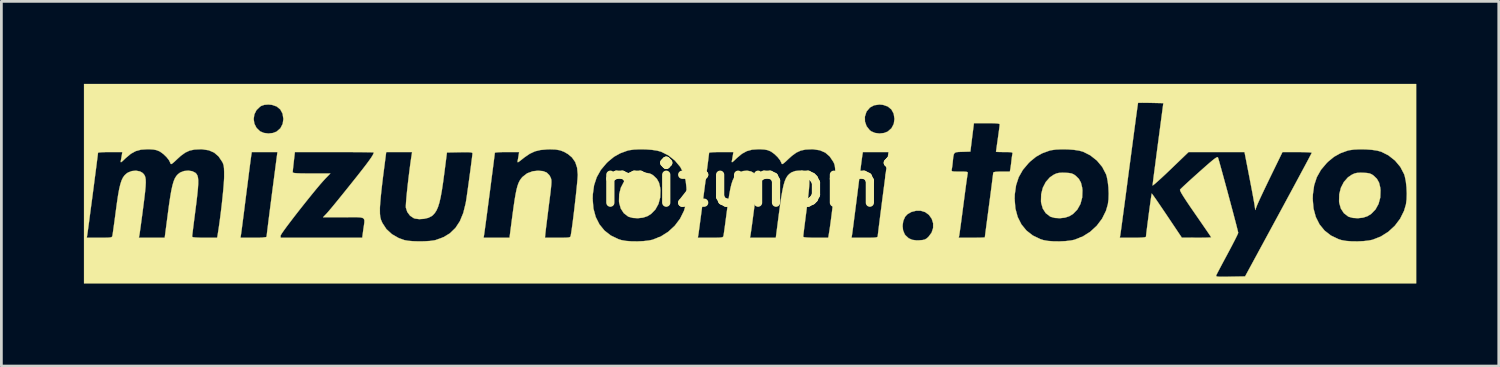
<source format=kicad_pcb>
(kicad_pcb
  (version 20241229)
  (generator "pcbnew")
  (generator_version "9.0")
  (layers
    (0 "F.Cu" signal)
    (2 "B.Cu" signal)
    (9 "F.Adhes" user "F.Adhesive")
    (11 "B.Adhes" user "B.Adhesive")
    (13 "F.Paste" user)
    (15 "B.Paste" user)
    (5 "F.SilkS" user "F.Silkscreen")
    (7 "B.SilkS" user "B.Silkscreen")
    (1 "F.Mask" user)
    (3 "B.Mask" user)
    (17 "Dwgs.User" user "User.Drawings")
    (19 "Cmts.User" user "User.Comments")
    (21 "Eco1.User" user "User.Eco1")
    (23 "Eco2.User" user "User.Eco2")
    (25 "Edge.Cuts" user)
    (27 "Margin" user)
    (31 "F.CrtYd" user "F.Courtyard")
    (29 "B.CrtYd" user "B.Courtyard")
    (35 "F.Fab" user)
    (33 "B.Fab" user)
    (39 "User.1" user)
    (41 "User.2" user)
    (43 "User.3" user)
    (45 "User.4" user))
  (footprint "mizunomi"
    (layer "F.Cu")
    (at 24.22 3.629)
    (property "Reference" "mizunomi" (at 0 0 0) (layer "F.SilkS") (effects (font (size 1.524 1.524) (thickness 0.3))))
    (attr through_hole)
    (fp_poly (pts (xy -3.892 -0.399) (xy -3.75 -0.39) (xy -3.653 -0.373) (xy -3.577 -0.34) (xy -3.511 -0.295) (xy -3.39 -0.178) (xy -3.312 -0.039) (xy -3.269 0.139) (xy -3.259 0.239) (xy -3.268 0.5) (xy -3.331 0.735) (xy -3.443 0.938) (xy -3.601 1.099) (xy -3.736 1.182) (xy -3.895 1.234) (xy -4.079 1.254) (xy -4.26 1.244) (xy -4.414 1.202) (xy -4.437 1.19) (xy -4.591 1.071) (xy -4.7 0.905) (xy -4.759 0.699) (xy -4.766 0.637) (xy -4.759 0.382) (xy -4.699 0.145) (xy -4.592 -0.063) (xy -4.443 -0.232) (xy -4.301 -0.328) (xy -4.205 -0.372) (xy -4.112 -0.394) (xy -3.993 -0.401) (xy -3.892 -0.399)) (stroke (width 0.01) (type solid)) (fill yes) (layer "F.SilkS"))
    (fp_poly (pts (xy 11.45 -0.399) (xy 11.591 -0.39) (xy 11.689 -0.373) (xy 11.765 -0.34) (xy 11.831 -0.295) (xy 11.951 -0.178) (xy 12.029 -0.039) (xy 12.072 0.139) (xy 12.083 0.239) (xy 12.074 0.5) (xy 12.011 0.735) (xy 11.898 0.938) (xy 11.741 1.099) (xy 11.605 1.182) (xy 11.447 1.234) (xy 11.263 1.254) (xy 11.081 1.244) (xy 10.928 1.202) (xy 10.905 1.19) (xy 10.75 1.071) (xy 10.642 0.905) (xy 10.583 0.699) (xy 10.576 0.637) (xy 10.583 0.382) (xy 10.643 0.145) (xy 10.75 -0.063) (xy 10.899 -0.232) (xy 11.041 -0.328) (xy 11.136 -0.372) (xy 11.23 -0.394) (xy 11.348 -0.401) (xy 11.45 -0.399)) (stroke (width 0.01) (type solid)) (fill yes) (layer "F.SilkS"))
    (fp_poly (pts (xy 22.287 -0.399) (xy 22.429 -0.39) (xy 22.526 -0.373) (xy 22.602 -0.34) (xy 22.668 -0.295) (xy 22.789 -0.178) (xy 22.867 -0.039) (xy 22.91 0.139) (xy 22.92 0.239) (xy 22.911 0.5) (xy 22.848 0.735) (xy 22.736 0.938) (xy 22.578 1.099) (xy 22.443 1.182) (xy 22.284 1.234) (xy 22.1 1.254) (xy 21.919 1.244) (xy 21.765 1.202) (xy 21.742 1.19) (xy 21.588 1.071) (xy 21.479 0.905) (xy 21.42 0.699) (xy 21.413 0.637) (xy 21.42 0.382) (xy 21.48 0.145) (xy 21.587 -0.063) (xy 21.736 -0.232) (xy 21.878 -0.328) (xy 21.973 -0.372) (xy 22.067 -0.394) (xy 22.186 -0.401) (xy 22.287 -0.399)) (stroke (width 0.01) (type solid)) (fill yes) (layer "F.SilkS"))
    (fp_poly (pts (xy 24.215 3.624) (xy -24.215 3.624) (xy -24.215 1.964) (xy -24.116 1.964) (xy -23.658 1.964) (xy -23.474 1.964) (xy -23.347 1.961) (xy -23.266 1.955) (xy -23.219 1.943) (xy -23.195 1.924) (xy -23.185 1.896) (xy -23.183 1.888) (xy -23.174 1.834) (xy -23.158 1.723) (xy -23.136 1.565) (xy -23.109 1.372) (xy -23.08 1.154) (xy -23.062 1.016) (xy -23.017 0.683) (xy -22.976 0.409) (xy -22.936 0.189) (xy -22.894 0.015) (xy -22.85 -0.12) (xy -22.8 -0.224) (xy -22.742 -0.304) (xy -22.674 -0.367) (xy -22.615 -0.407) (xy -22.478 -0.46) (xy -22.326 -0.474) (xy -22.185 -0.448) (xy -22.103 -0.405) (xy -22.053 -0.36) (xy -22.015 -0.309) (xy -21.989 -0.245) (xy -21.974 -0.159) (xy -21.97 -0.044) (xy -21.978 0.107) (xy -21.996 0.302) (xy -22.025 0.549) (xy -22.064 0.854) (xy -22.096 1.102) (xy -22.127 1.331) (xy -22.154 1.532) (xy -22.177 1.695) (xy -22.193 1.812) (xy -22.203 1.871) (xy -22.203 1.871) (xy -22.222 1.964) (xy -21.282 1.964) (xy -21.171 1.117) (xy -21.125 0.77) (xy -21.082 0.483) (xy -21.042 0.25) (xy -21.001 0.064) (xy -20.959 -0.082) (xy -20.913 -0.194) (xy -20.86 -0.28) (xy -20.8 -0.346) (xy -20.729 -0.4) (xy -20.713 -0.41) (xy -20.58 -0.461) (xy -20.428 -0.476) (xy -20.282 -0.455) (xy -20.168 -0.398) (xy -20.165 -0.396) (xy -20.124 -0.353) (xy -20.093 -0.298) (xy -20.073 -0.224) (xy -20.063 -0.125) (xy -20.064 0.007) (xy -20.075 0.178) (xy -20.097 0.396) (xy -20.128 0.669) (xy -20.165 0.955) (xy -20.196 1.2) (xy -20.225 1.424) (xy -20.249 1.617) (xy -20.268 1.772) (xy -20.281 1.878) (xy -20.286 1.927) (xy -20.286 1.928) (xy -20.253 1.945) (xy -20.153 1.956) (xy -19.988 1.963) (xy -19.83 1.964) (xy -19.375 1.964) (xy -18.528 1.964) (xy -18.052 1.964) (xy -17.864 1.964) (xy -17.732 1.961) (xy -17.648 1.954) (xy -17.6 1.943) (xy -17.58 1.925) (xy -17.576 1.905) (xy -17.574 1.887) (xy -17.069 1.887) (xy -17.069 1.964) (xy -14.101 1.964) (xy -14.061 1.664) (xy -14.039 1.52) (xy -14.024 1.41) (xy -14.022 1.331) (xy -14.041 1.277) (xy -14.088 1.243) (xy -14.17 1.225) (xy -14.297 1.218) (xy -14.474 1.218) (xy -14.709 1.219) (xy -14.773 1.219) (xy -15.525 1.219) (xy -15.387 1.075) (xy -15.334 1.015) (xy -15.264 0.932) (xy -13.459 0.932) (xy -13.457 1.091) (xy -13.446 1.206) (xy -13.422 1.302) (xy -13.38 1.402) (xy -13.367 1.429) (xy -13.222 1.65) (xy -13.023 1.833) (xy -12.777 1.975) (xy -12.565 2.051) (xy -12.431 2.075) (xy -12.252 2.09) (xy -12.046 2.096) (xy -11.836 2.093) (xy -11.64 2.081) (xy -11.481 2.059) (xy -11.436 2.049) (xy -11.198 1.964) (xy -9.689 1.964) (xy -8.746 1.964) (xy -8.688 1.516) (xy -8.64 1.149) (xy -8.598 0.843) (xy -8.561 0.59) (xy -8.526 0.385) (xy -8.493 0.221) (xy -8.459 0.09) (xy -8.423 -0.014) (xy -8.384 -0.097) (xy -8.34 -0.166) (xy -8.29 -0.229) (xy -8.27 -0.25) (xy -8.105 -0.378) (xy -7.901 -0.453) (xy -7.711 -0.473) (xy -7.528 -0.458) (xy -7.394 -0.405) (xy -7.298 -0.31) (xy -7.263 -0.247) (xy -7.244 -0.207) (xy -7.231 -0.167) (xy -7.224 -0.118) (xy -7.223 -0.052) (xy -7.228 0.039) (xy -7.24 0.165) (xy -7.259 0.334) (xy -7.287 0.554) (xy -7.316 0.779) (xy -7.347 1.026) (xy -7.376 1.258) (xy -7.402 1.465) (xy -7.423 1.635) (xy -7.437 1.758) (xy -7.444 1.82) (xy -7.457 1.964) (xy -6.998 1.964) (xy -6.813 1.964) (xy -6.686 1.961) (xy -6.604 1.955) (xy -6.557 1.943) (xy -6.534 1.924) (xy -6.523 1.896) (xy -6.521 1.888) (xy -6.504 1.788) (xy -6.481 1.634) (xy -6.454 1.438) (xy -6.425 1.21) (xy -6.395 0.964) (xy -6.366 0.709) (xy -6.349 0.563) (xy -5.723 0.563) (xy -5.695 0.904) (xy -5.612 1.21) (xy -5.477 1.478) (xy -5.293 1.704) (xy -5.061 1.884) (xy -4.784 2.016) (xy -4.674 2.051) (xy -4.519 2.079) (xy -4.32 2.094) (xy -4.099 2.097) (xy -3.878 2.087) (xy -3.679 2.064) (xy -3.548 2.037) (xy -3.362 1.964) (xy -1.9 1.964) (xy -1.442 1.964) (xy -1.258 1.964) (xy -1.13 1.961) (xy -1.049 1.955) (xy -1.002 1.943) (xy -0.979 1.924) (xy -0.968 1.896) (xy -0.966 1.888) (xy -0.957 1.834) (xy -0.941 1.723) (xy -0.919 1.565) (xy -0.893 1.372) (xy -0.864 1.154) (xy -0.846 1.016) (xy -0.801 0.683) (xy -0.759 0.409) (xy -0.719 0.189) (xy -0.678 0.015) (xy -0.633 -0.12) (xy -0.583 -0.224) (xy -0.525 -0.304) (xy -0.457 -0.367) (xy -0.398 -0.407) (xy -0.262 -0.46) (xy -0.11 -0.474) (xy 0.032 -0.448) (xy 0.113 -0.405) (xy 0.163 -0.36) (xy 0.201 -0.309) (xy 0.228 -0.245) (xy 0.243 -0.159) (xy 0.246 -0.044) (xy 0.239 0.107) (xy 0.22 0.302) (xy 0.192 0.549) (xy 0.153 0.854) (xy 0.12 1.102) (xy 0.09 1.331) (xy 0.063 1.532) (xy 0.04 1.695) (xy 0.023 1.812) (xy 0.014 1.871) (xy 0.014 1.871) (xy -0.005 1.964) (xy 0.935 1.964) (xy 1.045 1.117) (xy 1.092 0.77) (xy 1.134 0.483) (xy 1.175 0.25) (xy 1.215 0.064) (xy 1.257 -0.082) (xy 1.304 -0.194) (xy 1.356 -0.28) (xy 1.417 -0.346) (xy 1.488 -0.4) (xy 1.504 -0.41) (xy 1.637 -0.461) (xy 1.789 -0.476) (xy 1.935 -0.455) (xy 2.049 -0.398) (xy 2.051 -0.396) (xy 2.093 -0.353) (xy 2.123 -0.298) (xy 2.143 -0.224) (xy 2.153 -0.125) (xy 2.153 0.007) (xy 2.142 0.178) (xy 2.12 0.396) (xy 2.088 0.669) (xy 2.052 0.955) (xy 2.02 1.2) (xy 1.992 1.424) (xy 1.967 1.617) (xy 1.948 1.772) (xy 1.936 1.878) (xy 1.93 1.927) (xy 1.93 1.928) (xy 1.964 1.945) (xy 2.064 1.956) (xy 2.228 1.963) (xy 2.386 1.964) (xy 2.842 1.964) (xy 3.688 1.964) (xy 4.164 1.964) (xy 4.353 1.964) (xy 4.484 1.961) (xy 4.569 1.954) (xy 4.616 1.943) (xy 4.637 1.925) (xy 4.641 1.905) (xy 4.645 1.86) (xy 4.658 1.755) (xy 4.677 1.597) (xy 4.686 1.526) (xy 5.544 1.526) (xy 5.562 1.695) (xy 5.622 1.839) (xy 5.65 1.876) (xy 5.765 1.982) (xy 5.894 2.04) (xy 6.055 2.06) (xy 6.138 2.058) (xy 6.266 2.048) (xy 6.351 2.029) (xy 6.418 1.991) (xy 6.485 1.931) (xy 6.598 1.78) (xy 6.654 1.611) (xy 6.655 1.437) (xy 6.603 1.273) (xy 6.5 1.13) (xy 6.365 1.032) (xy 6.207 0.983) (xy 6.035 0.983) (xy 5.866 1.026) (xy 5.722 1.108) (xy 5.637 1.2) (xy 5.569 1.354) (xy 5.544 1.526) (xy 4.686 1.526) (xy 4.703 1.393) (xy 4.733 1.15) (xy 4.769 0.875) (xy 4.807 0.576) (xy 4.837 0.347) (xy 4.944 -0.471) (xy 7.326 -0.471) (xy 7.348 -0.454) (xy 7.406 -0.444) (xy 7.512 -0.441) (xy 7.618 -0.44) (xy 7.763 -0.44) (xy 7.853 -0.435) (xy 7.899 -0.424) (xy 7.914 -0.403) (xy 7.91 -0.369) (xy 7.909 -0.364) (xy 7.9 -0.312) (xy 7.885 -0.202) (xy 7.862 -0.043) (xy 7.835 0.157) (xy 7.804 0.389) (xy 7.771 0.644) (xy 7.755 0.762) (xy 7.721 1.024) (xy 7.689 1.267) (xy 7.66 1.483) (xy 7.635 1.661) (xy 7.617 1.794) (xy 7.605 1.873) (xy 7.602 1.888) (xy 7.585 1.964) (xy 8.06 1.964) (xy 8.23 1.963) (xy 8.374 1.961) (xy 8.478 1.957) (xy 8.53 1.952) (xy 8.534 1.951) (xy 8.539 1.915) (xy 8.551 1.82) (xy 8.57 1.674) (xy 8.595 1.484) (xy 8.625 1.258) (xy 8.659 1.004) (xy 8.687 0.791) (xy 8.717 0.563) (xy 9.618 0.563) (xy 9.646 0.904) (xy 9.729 1.21) (xy 9.864 1.478) (xy 10.049 1.704) (xy 10.281 1.884) (xy 10.558 2.016) (xy 10.668 2.051) (xy 10.823 2.079) (xy 11.021 2.094) (xy 11.242 2.097) (xy 11.463 2.087) (xy 11.663 2.064) (xy 11.794 2.037) (xy 11.98 1.964) (xy 13.44 1.964) (xy 13.917 1.964) (xy 14.117 1.963) (xy 14.257 1.957) (xy 14.345 1.948) (xy 14.387 1.934) (xy 14.394 1.922) (xy 14.398 1.871) (xy 14.41 1.768) (xy 14.428 1.624) (xy 14.45 1.45) (xy 14.475 1.258) (xy 14.501 1.059) (xy 14.527 0.865) (xy 14.552 0.687) (xy 14.573 0.536) (xy 14.59 0.425) (xy 14.6 0.364) (xy 14.602 0.357) (xy 14.623 0.381) (xy 14.677 0.455) (xy 14.759 0.571) (xy 14.863 0.723) (xy 14.986 0.904) (xy 15.123 1.106) (xy 15.155 1.154) (xy 15.697 1.962) (xy 16.231 1.963) (xy 16.412 1.963) (xy 16.567 1.961) (xy 16.684 1.957) (xy 16.752 1.953) (xy 16.764 1.95) (xy 16.745 1.919) (xy 16.693 1.84) (xy 16.611 1.719) (xy 16.504 1.564) (xy 16.378 1.381) (xy 16.237 1.177) (xy 16.183 1.099) (xy 16.004 0.84) (xy 15.864 0.632) (xy 15.759 0.471) (xy 15.686 0.352) (xy 15.644 0.271) (xy 15.63 0.225) (xy 15.632 0.214) (xy 15.665 0.179) (xy 15.742 0.105) (xy 15.855 0.000297) (xy 15.997 -0.13) (xy 16.162 -0.279) (xy 16.324 -0.424) (xy 16.529 -0.606) (xy 16.689 -0.746) (xy 16.81 -0.848) (xy 16.898 -0.916) (xy 16.956 -0.954) (xy 16.992 -0.966) (xy 17.009 -0.957) (xy 17.009 -0.956) (xy 17.025 -0.907) (xy 17.056 -0.802) (xy 17.098 -0.651) (xy 17.151 -0.46) (xy 17.212 -0.238) (xy 17.278 0.005) (xy 17.348 0.261) (xy 17.418 0.523) (xy 17.487 0.781) (xy 17.553 1.027) (xy 17.612 1.252) (xy 17.664 1.449) (xy 17.704 1.607) (xy 17.732 1.72) (xy 17.745 1.778) (xy 17.746 1.784) (xy 17.731 1.826) (xy 17.687 1.919) (xy 17.62 2.054) (xy 17.533 2.222) (xy 17.432 2.414) (xy 17.359 2.551) (xy 17.249 2.755) (xy 17.15 2.941) (xy 17.065 3.101) (xy 17 3.225) (xy 16.959 3.305) (xy 16.948 3.328) (xy 16.944 3.351) (xy 16.957 3.367) (xy 16.996 3.377) (xy 17.071 3.382) (xy 17.191 3.383) (xy 17.366 3.381) (xy 17.461 3.379) (xy 17.996 3.37) (xy 19.208 1.135) (xy 19.403 0.775) (xy 19.517 0.563) (xy 20.455 0.563) (xy 20.484 0.904) (xy 20.567 1.21) (xy 20.702 1.478) (xy 20.886 1.704) (xy 21.118 1.884) (xy 21.395 2.016) (xy 21.505 2.051) (xy 21.66 2.079) (xy 21.859 2.094) (xy 22.08 2.097) (xy 22.301 2.087) (xy 22.5 2.064) (xy 22.631 2.037) (xy 22.93 1.92) (xy 23.202 1.748) (xy 23.439 1.53) (xy 23.633 1.273) (xy 23.775 0.987) (xy 23.845 0.75) (xy 23.868 0.57) (xy 23.874 0.355) (xy 23.864 0.129) (xy 23.84 -0.088) (xy 23.802 -0.271) (xy 23.778 -0.347) (xy 23.639 -0.613) (xy 23.446 -0.843) (xy 23.206 -1.032) (xy 22.948 -1.162) (xy 22.8 -1.203) (xy 22.606 -1.232) (xy 22.386 -1.248) (xy 22.161 -1.251) (xy 21.95 -1.241) (xy 21.774 -1.216) (xy 21.723 -1.203) (xy 21.459 -1.107) (xy 21.232 -0.98) (xy 21.019 -0.806) (xy 20.961 -0.749) (xy 20.754 -0.504) (xy 20.604 -0.238) (xy 20.507 0.056) (xy 20.461 0.387) (xy 20.455 0.563) (xy 19.517 0.563) (xy 19.588 0.432) (xy 19.761 0.112) (xy 19.919 -0.182) (xy 20.06 -0.445) (xy 20.182 -0.671) (xy 20.281 -0.857) (xy 20.355 -0.998) (xy 20.403 -1.089) (xy 20.42 -1.126) (xy 20.421 -1.126) (xy 20.389 -1.135) (xy 20.301 -1.142) (xy 20.168 -1.147) (xy 20.002 -1.15) (xy 19.888 -1.151) (xy 19.355 -1.15) (xy 18.922 -0.262) (xy 18.808 -0.026) (xy 18.701 0.197) (xy 18.605 0.4) (xy 18.525 0.571) (xy 18.466 0.703) (xy 18.431 0.784) (xy 18.428 0.791) (xy 18.366 0.956) (xy 18.344 0.791) (xy 18.331 0.714) (xy 18.307 0.58) (xy 18.275 0.403) (xy 18.235 0.191) (xy 18.19 -0.044) (xy 18.148 -0.262) (xy 17.975 -1.151) (xy 15.942 -1.151) (xy 15.286 -0.521) (xy 15.114 -0.357) (xy 14.958 -0.212) (xy 14.826 -0.092) (xy 14.724 -0.002) (xy 14.657 0.051) (xy 14.632 0.064) (xy 14.632 0.063) (xy 14.637 0.021) (xy 14.65 -0.082) (xy 14.669 -0.237) (xy 14.695 -0.438) (xy 14.727 -0.679) (xy 14.762 -0.95) (xy 14.801 -1.247) (xy 14.829 -1.456) (xy 15.024 -2.929) (xy 14.568 -2.939) (xy 14.401 -2.942) (xy 14.26 -2.943) (xy 14.158 -2.942) (xy 14.108 -2.94) (xy 14.105 -2.939) (xy 14.099 -2.905) (xy 14.085 -2.809) (xy 14.064 -2.656) (xy 14.036 -2.453) (xy 14.003 -2.204) (xy 13.964 -1.915) (xy 13.921 -1.591) (xy 13.874 -1.238) (xy 13.824 -0.86) (xy 13.786 -0.576) (xy 13.734 -0.182) (xy 13.685 0.194) (xy 13.638 0.546) (xy 13.595 0.869) (xy 13.556 1.157) (xy 13.523 1.404) (xy 13.496 1.605) (xy 13.475 1.754) (xy 13.462 1.845) (xy 13.458 1.871) (xy 13.44 1.964) (xy 11.98 1.964) (xy 12.092 1.92) (xy 12.365 1.748) (xy 12.602 1.53) (xy 12.796 1.273) (xy 12.938 0.987) (xy 13.007 0.75) (xy 13.031 0.57) (xy 13.037 0.355) (xy 13.027 0.129) (xy 13.002 -0.088) (xy 12.965 -0.271) (xy 12.94 -0.347) (xy 12.801 -0.613) (xy 12.608 -0.843) (xy 12.368 -1.032) (xy 12.111 -1.162) (xy 11.963 -1.203) (xy 11.769 -1.232) (xy 11.549 -1.248) (xy 11.323 -1.251) (xy 11.112 -1.241) (xy 10.936 -1.216) (xy 10.886 -1.203) (xy 10.621 -1.107) (xy 10.395 -0.98) (xy 10.182 -0.806) (xy 10.124 -0.749) (xy 9.917 -0.504) (xy 9.766 -0.238) (xy 9.67 0.056) (xy 9.623 0.387) (xy 9.618 0.563) (xy 8.717 0.563) (xy 8.723 0.519) (xy 8.756 0.267) (xy 8.785 0.044) (xy 8.808 -0.142) (xy 8.826 -0.283) (xy 8.837 -0.371) (xy 8.839 -0.398) (xy 8.861 -0.42) (xy 8.932 -0.433) (xy 9.059 -0.44) (xy 9.141 -0.44) (xy 9.443 -0.44) (xy 9.462 -0.533) (xy 9.475 -0.619) (xy 9.491 -0.74) (xy 9.501 -0.83) (xy 9.515 -0.949) (xy 9.53 -1.048) (xy 9.539 -1.092) (xy 9.54 -1.12) (xy 9.517 -1.138) (xy 9.459 -1.147) (xy 9.353 -1.151) (xy 9.248 -1.151) (xy 9.113 -1.152) (xy 9.008 -1.155) (xy 8.949 -1.159) (xy 8.941 -1.161) (xy 8.945 -1.196) (xy 8.958 -1.286) (xy 8.976 -1.418) (xy 8.999 -1.581) (xy 9.008 -1.644) (xy 9.032 -1.817) (xy 9.053 -1.969) (xy 9.068 -2.084) (xy 9.075 -2.15) (xy 9.076 -2.159) (xy 9.058 -2.177) (xy 9 -2.189) (xy 8.893 -2.197) (xy 8.731 -2.201) (xy 8.607 -2.201) (xy 8.138 -2.201) (xy 8.073 -1.685) (xy 8.009 -1.168) (xy 7.715 -1.159) (xy 7.582 -1.155) (xy 7.493 -1.145) (xy 7.437 -1.119) (xy 7.405 -1.063) (xy 7.386 -0.968) (xy 7.371 -0.821) (xy 7.365 -0.762) (xy 7.351 -0.642) (xy 7.336 -0.544) (xy 7.327 -0.5) (xy 7.326 -0.471) (xy 4.944 -0.471) (xy 5.032 -1.151) (xy 4.101 -1.151) (xy 4.082 -1.041) (xy 4.074 -0.984) (xy 4.058 -0.868) (xy 4.036 -0.7) (xy 4.009 -0.488) (xy 3.977 -0.242) (xy 3.942 0.033) (xy 3.905 0.327) (xy 3.895 0.406) (xy 3.857 0.704) (xy 3.821 0.984) (xy 3.788 1.239) (xy 3.76 1.461) (xy 3.736 1.641) (xy 3.719 1.772) (xy 3.708 1.845) (xy 3.707 1.854) (xy 3.688 1.964) (xy 2.842 1.964) (xy 2.86 1.854) (xy 2.898 1.616) (xy 2.935 1.347) (xy 2.972 1.061) (xy 3.007 0.77) (xy 3.038 0.488) (xy 3.064 0.227) (xy 3.083 -0.000306) (xy 3.094 -0.18) (xy 3.096 -0.254) (xy 3.096 -0.434) (xy 3.091 -0.562) (xy 3.079 -0.655) (xy 3.059 -0.726) (xy 3.027 -0.794) (xy 3.026 -0.796) (xy 2.894 -0.992) (xy 2.734 -1.13) (xy 2.539 -1.215) (xy 2.303 -1.251) (xy 2.233 -1.252) (xy 2.018 -1.242) (xy 1.842 -1.205) (xy 1.683 -1.132) (xy 1.523 -1.016) (xy 1.404 -0.909) (xy 1.293 -0.804) (xy 1.22 -0.742) (xy 1.177 -0.715) (xy 1.154 -0.72) (xy 1.141 -0.749) (xy 1.14 -0.754) (xy 1.091 -0.853) (xy 1.002 -0.967) (xy 0.889 -1.076) (xy 0.771 -1.162) (xy 0.734 -1.182) (xy 0.633 -1.222) (xy 0.516 -1.244) (xy 0.363 -1.253) (xy 0.301 -1.253) (xy 0.073 -1.238) (xy -0.12 -1.185) (xy -0.297 -1.088) (xy -0.477 -0.938) (xy -0.506 -0.91) (xy -0.595 -0.825) (xy -0.646 -0.785) (xy -0.666 -0.787) (xy -0.664 -0.818) (xy -0.647 -0.906) (xy -0.629 -1.014) (xy -0.627 -1.024) (xy -0.607 -1.151) (xy -1.048 -1.151) (xy -1.212 -1.15) (xy -1.349 -1.145) (xy -1.445 -1.137) (xy -1.489 -1.128) (xy -1.49 -1.126) (xy -1.494 -1.087) (xy -1.507 -0.988) (xy -1.525 -0.84) (xy -1.55 -0.649) (xy -1.579 -0.425) (xy -1.611 -0.175) (xy -1.646 0.091) (xy -1.682 0.366) (xy -1.718 0.64) (xy -1.753 0.906) (xy -1.786 1.156) (xy -1.816 1.38) (xy -1.841 1.571) (xy -1.862 1.72) (xy -1.875 1.818) (xy -1.881 1.854) (xy -1.9 1.964) (xy -3.362 1.964) (xy -3.249 1.92) (xy -2.977 1.748) (xy -2.74 1.53) (xy -2.546 1.273) (xy -2.404 0.987) (xy -2.334 0.75) (xy -2.311 0.57) (xy -2.305 0.355) (xy -2.315 0.129) (xy -2.339 -0.088) (xy -2.377 -0.271) (xy -2.401 -0.347) (xy -2.54 -0.613) (xy -2.733 -0.843) (xy -2.973 -1.032) (xy -3.231 -1.162) (xy -3.379 -1.203) (xy -3.573 -1.232) (xy -3.793 -1.248) (xy -4.018 -1.251) (xy -4.229 -1.241) (xy -4.405 -1.216) (xy -4.456 -1.203) (xy -4.72 -1.107) (xy -4.947 -0.98) (xy -5.159 -0.806) (xy -5.218 -0.749) (xy -5.425 -0.504) (xy -5.575 -0.238) (xy -5.672 0.056) (xy -5.718 0.387) (xy -5.723 0.563) (xy -6.349 0.563) (xy -6.337 0.458) (xy -6.312 0.221) (xy -6.291 0.011) (xy -6.275 -0.161) (xy -6.267 -0.284) (xy -6.265 -0.328) (xy -6.288 -0.58) (xy -6.357 -0.788) (xy -6.476 -0.957) (xy -6.617 -1.075) (xy -6.761 -1.159) (xy -6.905 -1.214) (xy -7.069 -1.243) (xy -7.271 -1.25) (xy -7.381 -1.247) (xy -7.619 -1.226) (xy -7.821 -1.177) (xy -8.009 -1.09) (xy -8.204 -0.957) (xy -8.273 -0.902) (xy -8.372 -0.824) (xy -8.429 -0.785) (xy -8.453 -0.784) (xy -8.454 -0.814) (xy -8.453 -0.82) (xy -8.436 -0.907) (xy -8.418 -1.014) (xy -8.416 -1.024) (xy -8.396 -1.151) (xy -8.838 -1.151) (xy -9.002 -1.15) (xy -9.138 -1.145) (xy -9.235 -1.137) (xy -9.278 -1.128) (xy -9.279 -1.126) (xy -9.284 -1.087) (xy -9.296 -0.988) (xy -9.315 -0.84) (xy -9.339 -0.649) (xy -9.368 -0.425) (xy -9.401 -0.175) (xy -9.435 0.091) (xy -9.471 0.366) (xy -9.507 0.64) (xy -9.542 0.906) (xy -9.575 1.156) (xy -9.605 1.38) (xy -9.631 1.571) (xy -9.651 1.72) (xy -9.665 1.818) (xy -9.67 1.854) (xy -9.689 1.964) (xy -11.198 1.964) (xy -11.151 1.948) (xy -10.911 1.801) (xy -10.711 1.607) (xy -10.551 1.363) (xy -10.428 1.065) (xy -10.34 0.711) (xy -10.331 0.66) (xy -10.316 0.569) (xy -10.296 0.43) (xy -10.271 0.254) (xy -10.243 0.054) (xy -10.213 -0.161) (xy -10.184 -0.377) (xy -10.156 -0.585) (xy -10.132 -0.773) (xy -10.112 -0.929) (xy -10.098 -1.043) (xy -10.092 -1.103) (xy -10.092 -1.107) (xy -10.105 -1.126) (xy -10.148 -1.138) (xy -10.232 -1.145) (xy -10.366 -1.147) (xy -10.557 -1.144) (xy -11.021 -1.135) (xy -11.114 -0.406) (xy -11.162 -0.048) (xy -11.207 0.25) (xy -11.251 0.494) (xy -11.297 0.691) (xy -11.346 0.847) (xy -11.4 0.97) (xy -11.462 1.066) (xy -11.532 1.143) (xy -11.574 1.177) (xy -11.698 1.24) (xy -11.859 1.277) (xy -12.029 1.288) (xy -12.182 1.268) (xy -12.227 1.253) (xy -12.363 1.162) (xy -12.464 1.026) (xy -12.514 0.872) (xy -12.515 0.803) (xy -12.508 0.677) (xy -12.494 0.505) (xy -12.474 0.296) (xy -12.449 0.063) (xy -12.42 -0.186) (xy -12.389 -0.439) (xy -12.357 -0.686) (xy -12.324 -0.918) (xy -12.307 -1.024) (xy -12.288 -1.151) (xy -13.229 -1.151) (xy -13.344 -0.262) (xy -13.375 -0.005) (xy -13.404 0.248) (xy -13.428 0.483) (xy -13.446 0.688) (xy -13.457 0.849) (xy -13.459 0.932) (xy -15.264 0.932) (xy -15.244 0.909) (xy -15.124 0.764) (xy -14.98 0.588) (xy -14.818 0.388) (xy -14.643 0.171) (xy -14.499 -0.009) (xy -14.28 -0.283) (xy -14.102 -0.51) (xy -13.96 -0.694) (xy -13.852 -0.84) (xy -13.773 -0.952) (xy -13.721 -1.036) (xy -13.692 -1.095) (xy -13.682 -1.135) (xy -13.682 -1.137) (xy -13.715 -1.14) (xy -13.808 -1.143) (xy -13.956 -1.145) (xy -14.15 -1.148) (xy -14.384 -1.149) (xy -14.65 -1.151) (xy -14.943 -1.151) (xy -15.115 -1.151) (xy -16.549 -1.151) (xy -16.589 -0.804) (xy -16.606 -0.655) (xy -16.619 -0.529) (xy -16.627 -0.443) (xy -16.629 -0.415) (xy -16.613 -0.4) (xy -16.561 -0.388) (xy -16.465 -0.38) (xy -16.32 -0.375) (xy -16.119 -0.373) (xy -15.944 -0.373) (xy -15.259 -0.373) (xy -15.433 -0.195) (xy -15.52 -0.1) (xy -15.635 0.031) (xy -15.77 0.192) (xy -15.921 0.376) (xy -16.082 0.575) (xy -16.248 0.783) (xy -16.413 0.992) (xy -16.571 1.195) (xy -16.716 1.385) (xy -16.844 1.554) (xy -16.948 1.697) (xy -17.023 1.805) (xy -17.063 1.872) (xy -17.069 1.887) (xy -17.574 1.887) (xy -17.571 1.86) (xy -17.559 1.755) (xy -17.539 1.597) (xy -17.514 1.393) (xy -17.483 1.15) (xy -17.448 0.875) (xy -17.409 0.576) (xy -17.38 0.347) (xy -17.184 -1.151) (xy -18.116 -1.151) (xy -18.134 -1.041) (xy -18.142 -0.984) (xy -18.158 -0.868) (xy -18.18 -0.7) (xy -18.208 -0.488) (xy -18.239 -0.242) (xy -18.274 0.033) (xy -18.312 0.327) (xy -18.322 0.406) (xy -18.36 0.704) (xy -18.395 0.984) (xy -18.428 1.239) (xy -18.457 1.461) (xy -18.48 1.641) (xy -18.498 1.772) (xy -18.508 1.845) (xy -18.51 1.854) (xy -18.528 1.964) (xy -19.375 1.964) (xy -19.356 1.854) (xy -19.319 1.616) (xy -19.281 1.347) (xy -19.244 1.061) (xy -19.209 0.77) (xy -19.179 0.488) (xy -19.153 0.227) (xy -19.134 -0.000306) (xy -19.123 -0.18) (xy -19.121 -0.254) (xy -19.121 -0.434) (xy -19.126 -0.562) (xy -19.137 -0.655) (xy -19.158 -0.726) (xy -19.189 -0.794) (xy -19.191 -0.796) (xy -19.323 -0.992) (xy -19.483 -1.13) (xy -19.677 -1.215) (xy -19.914 -1.251) (xy -19.984 -1.252) (xy -20.198 -1.242) (xy -20.375 -1.205) (xy -20.533 -1.132) (xy -20.694 -1.016) (xy -20.812 -0.909) (xy -20.924 -0.804) (xy -20.996 -0.742) (xy -21.04 -0.715) (xy -21.063 -0.72) (xy -21.076 -0.749) (xy -21.077 -0.754) (xy -21.125 -0.853) (xy -21.214 -0.967) (xy -21.327 -1.076) (xy -21.445 -1.162) (xy -21.482 -1.182) (xy -21.584 -1.222) (xy -21.7 -1.244) (xy -21.854 -1.253) (xy -21.916 -1.253) (xy -22.144 -1.238) (xy -22.337 -1.185) (xy -22.513 -1.088) (xy -22.693 -0.938) (xy -22.723 -0.91) (xy -22.812 -0.825) (xy -22.863 -0.785) (xy -22.882 -0.787) (xy -22.88 -0.818) (xy -22.864 -0.906) (xy -22.845 -1.014) (xy -22.843 -1.024) (xy -22.823 -1.151) (xy -23.265 -1.151) (xy -23.429 -1.15) (xy -23.565 -1.145) (xy -23.662 -1.137) (xy -23.705 -1.128) (xy -23.707 -1.126) (xy -23.711 -1.087) (xy -23.723 -0.988) (xy -23.742 -0.84) (xy -23.766 -0.649) (xy -23.795 -0.425) (xy -23.828 -0.175) (xy -23.862 0.091) (xy -23.898 0.366) (xy -23.934 0.64) (xy -23.97 0.906) (xy -24.003 1.156) (xy -24.032 1.38) (xy -24.058 1.571) (xy -24.078 1.72) (xy -24.092 1.818) (xy -24.097 1.854) (xy -24.116 1.964) (xy -24.215 1.964) (xy -24.215 -2.353) (xy -18.048 -2.353) (xy -18.022 -2.184) (xy -17.943 -2.029) (xy -17.814 -1.905) (xy -17.678 -1.847) (xy -17.512 -1.826) (xy -17.346 -1.844) (xy -17.212 -1.896) (xy -17.075 -2.017) (xy -16.993 -2.176) (xy -16.967 -2.354) (xy -16.98 -2.436) (xy 4.173 -2.436) (xy 4.177 -2.258) (xy 4.236 -2.09) (xy 4.348 -1.948) (xy 4.403 -1.905) (xy 4.539 -1.847) (xy 4.704 -1.826) (xy 4.871 -1.844) (xy 5.004 -1.896) (xy 5.141 -2.017) (xy 5.224 -2.176) (xy 5.249 -2.354) (xy 5.221 -2.545) (xy 5.139 -2.698) (xy 5.008 -2.807) (xy 4.834 -2.867) (xy 4.704 -2.879) (xy 4.511 -2.852) (xy 4.359 -2.771) (xy 4.243 -2.635) (xy 4.228 -2.608) (xy 4.173 -2.436) (xy -16.98 -2.436) (xy -16.996 -2.545) (xy -17.078 -2.698) (xy -17.208 -2.807) (xy -17.382 -2.867) (xy -17.513 -2.879) (xy -17.659 -2.868) (xy -17.769 -2.83) (xy -17.814 -2.802) (xy -17.944 -2.677) (xy -18.022 -2.522) (xy -18.048 -2.353) (xy -24.215 -2.353) (xy -24.215 -3.624) (xy 24.215 -3.624) (xy 24.215 3.624)) (stroke (width 0.01) (type solid)) (fill yes) (layer "F.SilkS")))
  (gr_rect
    (start -3 -3)
    (end 51.439 10.257)
    (stroke (width 0.1) (type default))
    (fill no)
    (layer "Edge.Cuts")))
</source>
